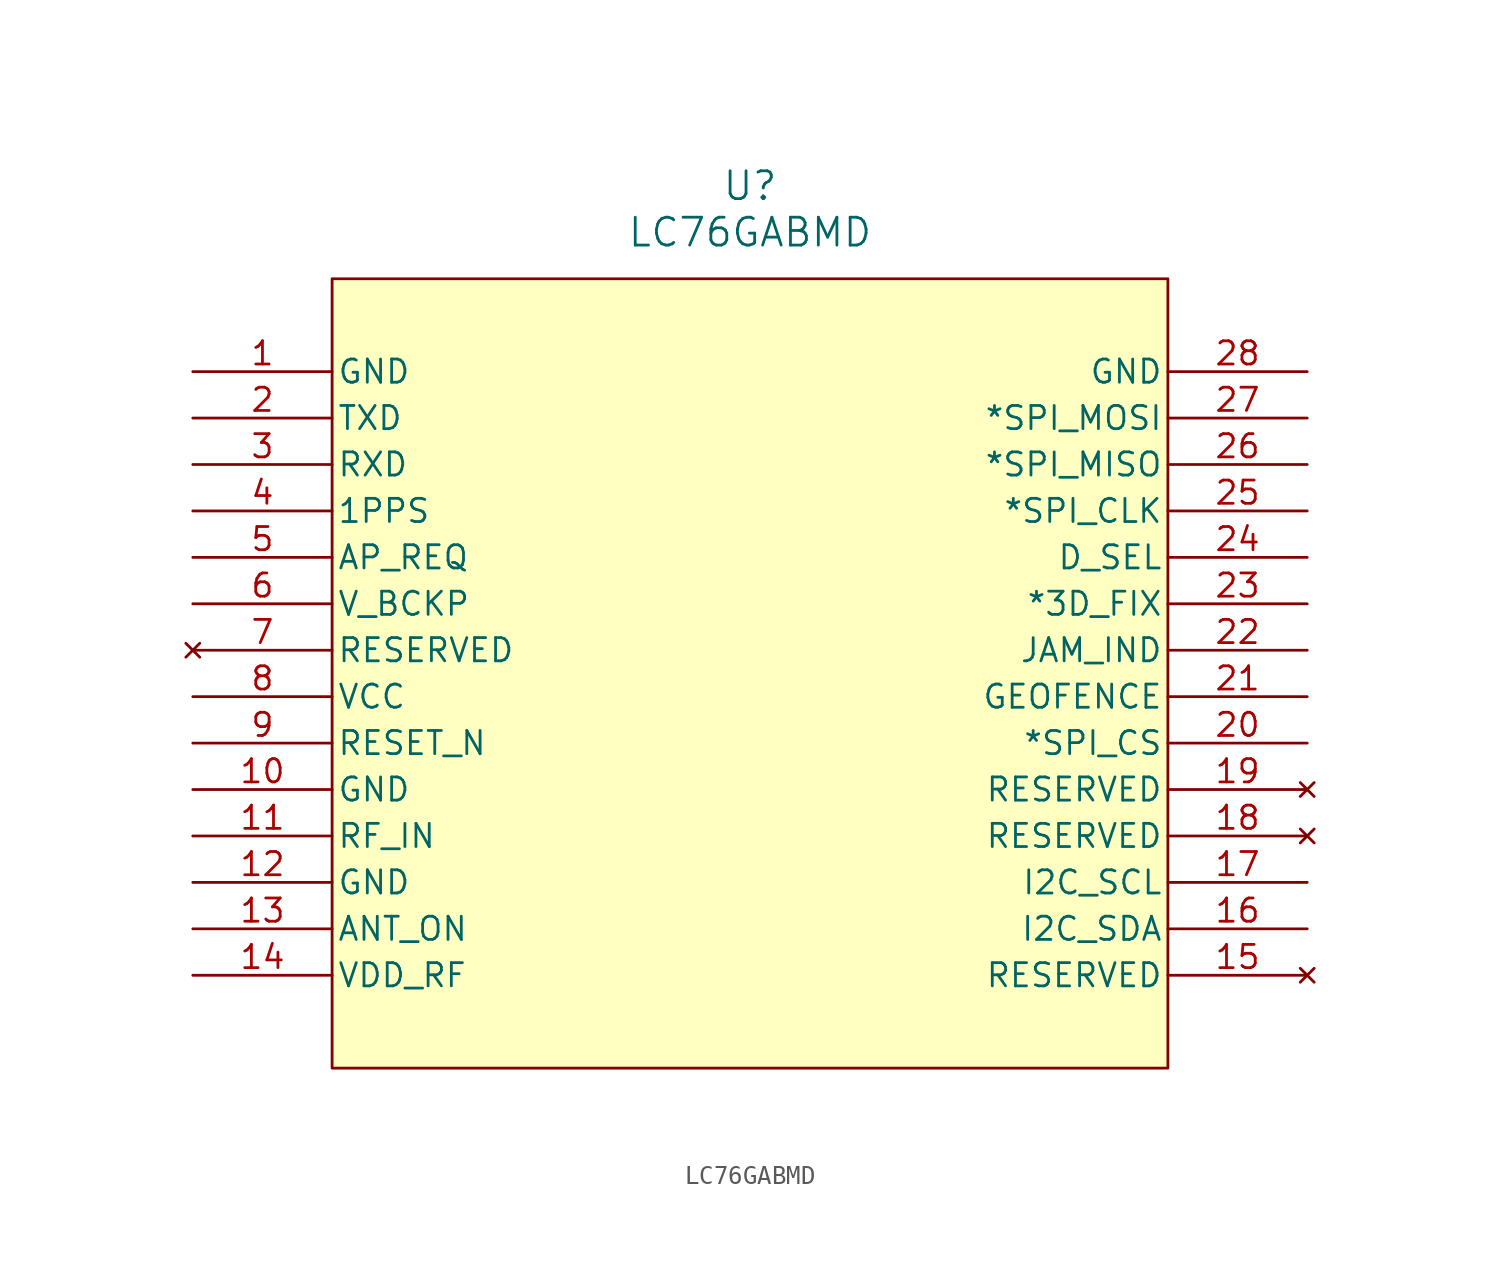
<source format=kicad_sym>
(kicad_symbol_lib
  (version 20241209)
  (generator "kicad_symbol_editor")
  (generator_version "9.0")
  (symbol "LC76GABMD"
    (pin_names
      (offset 0.254))
    (property "Reference" "U"
      (at 30.48 10.16 0)
      (effects (font (size 1.524 1.524))))
    (property "Value" "LC76GABMD"
      (at 30.48 7.62 0)
      (effects (font (size 1.524 1.524))))
    (property "ki_locked" ""
      (at 0 0 0)
      (effects (font (size 1.27 1.27))))
    (symbol "LC76GABMD_0_1"
      (pin power_out line (at 0 0 0) (length 7.62) (name "GND" (effects (font (size 1.27 1.27)))) (number "1" (effects (font (size 1.27 1.27)))))
      (pin bidirectional line (at 0 -2.54 0) (length 7.62) (name "TXD" (effects (font (size 1.27 1.27)))) (number "2" (effects (font (size 1.27 1.27)))))
      (pin bidirectional line (at 0 -5.08 0) (length 7.62) (name "RXD" (effects (font (size 1.27 1.27)))) (number "3" (effects (font (size 1.27 1.27)))))
      (pin bidirectional line (at 0 -7.62 0) (length 7.62) (name "1PPS" (effects (font (size 1.27 1.27)))) (number "4" (effects (font (size 1.27 1.27)))))
      (pin bidirectional line (at 0 -10.16 0) (length 7.62) (name "AP_REQ" (effects (font (size 1.27 1.27)))) (number "5" (effects (font (size 1.27 1.27)))))
      (pin power_in line (at 0 -12.7 0) (length 7.62) (name "V_BCKP" (effects (font (size 1.27 1.27)))) (number "6" (effects (font (size 1.27 1.27)))))
      (pin no_connect line (at 0 -15.24 0) (length 7.62) (name "RESERVED" (effects (font (size 1.27 1.27)))) (number "7" (effects (font (size 1.27 1.27)))))
      (pin power_in line (at 0 -17.78 0) (length 7.62) (name "VCC" (effects (font (size 1.27 1.27)))) (number "8" (effects (font (size 1.27 1.27)))))
      (pin unspecified line (at 0 -20.32 0) (length 7.62) (name "RESET_N" (effects (font (size 1.27 1.27)))) (number "9" (effects (font (size 1.27 1.27)))))
      (pin power_out line (at 0 -22.86 0) (length 7.62) (name "GND" (effects (font (size 1.27 1.27)))) (number "10" (effects (font (size 1.27 1.27)))))
      (pin unspecified line (at 0 -25.4 0) (length 7.62) (name "RF_IN" (effects (font (size 1.27 1.27)))) (number "11" (effects (font (size 1.27 1.27)))))
      (pin power_out line (at 0 -27.94 0) (length 7.62) (name "GND" (effects (font (size 1.27 1.27)))) (number "12" (effects (font (size 1.27 1.27)))))
      (pin unspecified line (at 0 -30.48 0) (length 7.62) (name "ANT_ON" (effects (font (size 1.27 1.27)))) (number "13" (effects (font (size 1.27 1.27)))))
      (pin power_in line (at 0 -33.02 0) (length 7.62) (name "VDD_RF" (effects (font (size 1.27 1.27)))) (number "14" (effects (font (size 1.27 1.27)))))
      (pin power_out line (at 60.96 0 180) (length 7.62) (name "GND" (effects (font (size 1.27 1.27)))) (number "28" (effects (font (size 1.27 1.27)))))
      (pin bidirectional line (at 60.96 -2.54 180) (length 7.62) (name "*SPI_MOSI" (effects (font (size 1.27 1.27)))) (number "27" (effects (font (size 1.27 1.27)))))
      (pin bidirectional line (at 60.96 -5.08 180) (length 7.62) (name "*SPI_MISO" (effects (font (size 1.27 1.27)))) (number "26" (effects (font (size 1.27 1.27)))))
      (pin bidirectional line (at 60.96 -7.62 180) (length 7.62) (name "*SPI_CLK" (effects (font (size 1.27 1.27)))) (number "25" (effects (font (size 1.27 1.27)))))
      (pin bidirectional line (at 60.96 -10.16 180) (length 7.62) (name "D_SEL" (effects (font (size 1.27 1.27)))) (number "24" (effects (font (size 1.27 1.27)))))
      (pin bidirectional line (at 60.96 -12.7 180) (length 7.62) (name "*3D_FIX" (effects (font (size 1.27 1.27)))) (number "23" (effects (font (size 1.27 1.27)))))
      (pin bidirectional line (at 60.96 -15.24 180) (length 7.62) (name "JAM_IND" (effects (font (size 1.27 1.27)))) (number "22" (effects (font (size 1.27 1.27)))))
      (pin bidirectional line (at 60.96 -17.78 180) (length 7.62) (name "GEOFENCE" (effects (font (size 1.27 1.27)))) (number "21" (effects (font (size 1.27 1.27)))))
      (pin bidirectional line (at 60.96 -20.32 180) (length 7.62) (name "*SPI_CS" (effects (font (size 1.27 1.27)))) (number "20" (effects (font (size 1.27 1.27)))))
      (pin no_connect line (at 60.96 -22.86 180) (length 7.62) (name "RESERVED" (effects (font (size 1.27 1.27)))) (number "19" (effects (font (size 1.27 1.27)))))
      (pin no_connect line (at 60.96 -25.4 180) (length 7.62) (name "RESERVED" (effects (font (size 1.27 1.27)))) (number "18" (effects (font (size 1.27 1.27)))))
      (pin bidirectional line (at 60.96 -27.94 180) (length 7.62) (name "I2C_SCL" (effects (font (size 1.27 1.27)))) (number "17" (effects (font (size 1.27 1.27)))))
      (pin bidirectional line (at 60.96 -30.48 180) (length 7.62) (name "I2C_SDA" (effects (font (size 1.27 1.27)))) (number "16" (effects (font (size 1.27 1.27)))))
      (pin no_connect line (at 60.96 -33.02 180) (length 7.62) (name "RESERVED" (effects (font (size 1.27 1.27)))) (number "15" (effects (font (size 1.27 1.27))))))
    (symbol "LC76GABMD_1_1"
      (rectangle (start 7.62 5.08) (end 53.34 -38.1) (stroke (width 0) (type solid)) (fill (type background))))))
</source>
